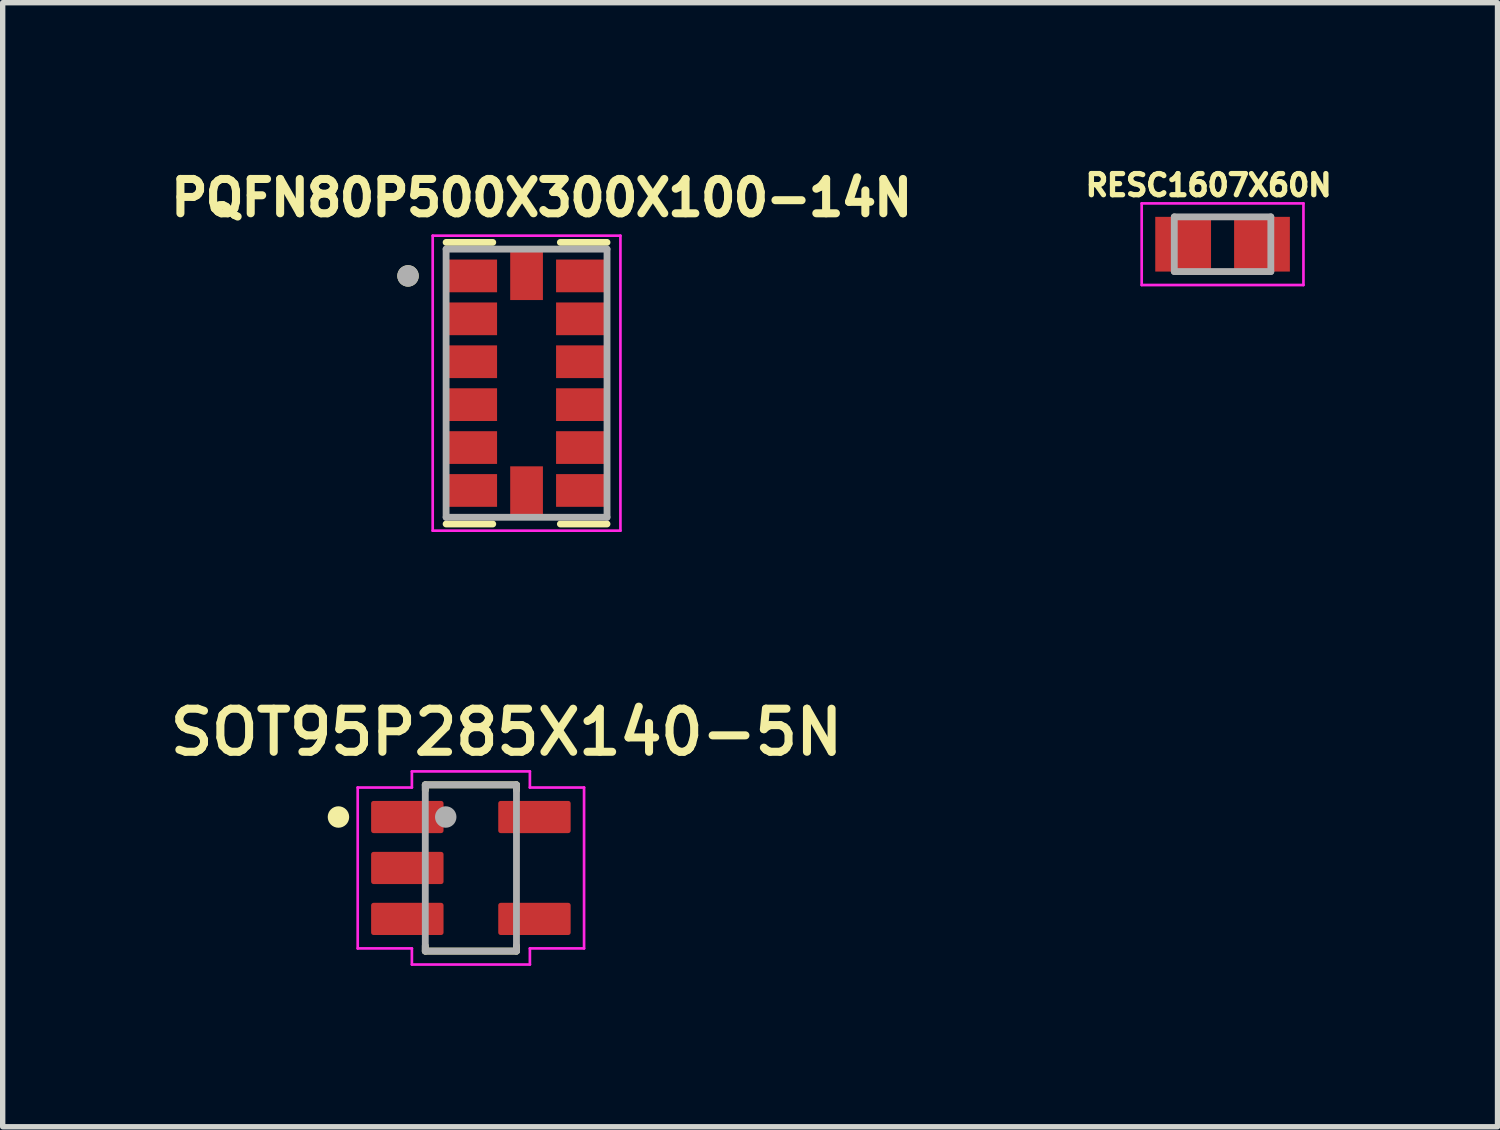
<source format=kicad_pcb>
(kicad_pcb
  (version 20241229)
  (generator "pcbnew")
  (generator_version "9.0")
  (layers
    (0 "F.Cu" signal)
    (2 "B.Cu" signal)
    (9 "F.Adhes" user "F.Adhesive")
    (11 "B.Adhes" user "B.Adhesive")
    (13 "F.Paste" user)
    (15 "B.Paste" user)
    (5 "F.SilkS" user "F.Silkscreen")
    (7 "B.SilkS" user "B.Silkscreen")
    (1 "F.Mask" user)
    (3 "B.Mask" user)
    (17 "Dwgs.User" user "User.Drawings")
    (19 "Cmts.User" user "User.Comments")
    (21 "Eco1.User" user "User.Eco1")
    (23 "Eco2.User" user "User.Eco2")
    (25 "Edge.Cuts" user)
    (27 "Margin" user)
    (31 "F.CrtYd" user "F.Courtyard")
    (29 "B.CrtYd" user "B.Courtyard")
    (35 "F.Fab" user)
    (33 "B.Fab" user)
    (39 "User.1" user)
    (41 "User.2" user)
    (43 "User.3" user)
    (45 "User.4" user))
  (footprint "RESC1607X60N"
    (layer "F.Cu")
    (at 19.743 1.503)
    (property "Reference" "RESC1607X60N" (at -0.26 -1.1 0) (layer "F.SilkS") (effects (font (size 0.394 0.394) (thickness 0.15))))
    (attr smd)
    (fp_line (start -1.508 -0.761) (end 1.508 -0.761) (stroke (width 0.05) (type solid)) (layer "F.CrtYd"))
    (fp_line (start -1.508 0.761) (end -1.508 -0.761) (stroke (width 0.05) (type solid)) (layer "F.CrtYd"))
    (fp_line (start -1.508 0.761) (end 1.508 0.761) (stroke (width 0.05) (type solid)) (layer "F.CrtYd"))
    (fp_line (start 1.508 0.761) (end 1.508 -0.761) (stroke (width 0.05) (type solid)) (layer "F.CrtYd"))
    (fp_line (start -0.9 0.51) (end -0.9 -0.51) (stroke (width 0.127) (type solid)) (layer "F.Fab"))
    (fp_line (start 0.9 -0.51) (end -0.9 -0.51) (stroke (width 0.127) (type solid)) (layer "F.Fab"))
    (fp_line (start 0.9 0.51) (end -0.9 0.51) (stroke (width 0.127) (type solid)) (layer "F.Fab"))
    (fp_line (start 0.9 0.51) (end 0.9 -0.51) (stroke (width 0.127) (type solid)) (layer "F.Fab"))
    (pad "1" smd rect (at -0.735 0) (size 1.04 1.02) (layers "F.Cu" "F.Mask" "F.Paste"))
    (pad "2" smd rect (at 0.735 0) (size 1.04 1.02) (layers "F.Cu" "F.Mask" "F.Paste")))
  (footprint "PQFN80P500X300X100-14N"
    (layer "F.Cu")
    (at 6.767 4.094)
    (property "Reference" "PQFN80P500X300X100-14N" (at 0.282 -3.456 0) (layer "F.SilkS") (effects (font (size 0.64 0.64) (thickness 0.15))))
    (attr smd)
    (fp_poly (pts (xy -1.52 -2.355) (xy -0.5 -2.355) (xy -0.5 -1.645) (xy -1.52 -1.645)) (stroke (width 0.01) (type solid)) (fill yes) (layer "F.Mask"))
    (fp_poly (pts (xy -1.52 -1.555) (xy -0.5 -1.555) (xy -0.5 -0.845) (xy -1.52 -0.845)) (stroke (width 0.01) (type solid)) (fill yes) (layer "F.Mask"))
    (fp_poly (pts (xy -1.52 -0.755) (xy -0.5 -0.755) (xy -0.5 -0.045) (xy -1.52 -0.045)) (stroke (width 0.01) (type solid)) (fill yes) (layer "F.Mask"))
    (fp_poly (pts (xy -1.52 0.045) (xy -0.5 0.045) (xy -0.5 0.755) (xy -1.52 0.755)) (stroke (width 0.01) (type solid)) (fill yes) (layer "F.Mask"))
    (fp_poly (pts (xy -1.52 0.845) (xy -0.5 0.845) (xy -0.5 1.555) (xy -1.52 1.555)) (stroke (width 0.01) (type solid)) (fill yes) (layer "F.Mask"))
    (fp_poly (pts (xy -1.52 1.645) (xy -0.5 1.645) (xy -0.5 2.355) (xy -1.52 2.355)) (stroke (width 0.01) (type solid)) (fill yes) (layer "F.Mask"))
    (fp_poly (pts (xy -0.355 -2.52) (xy 0.355 -2.52) (xy 0.355 -1.5) (xy -0.355 -1.5)) (stroke (width 0.01) (type solid)) (fill yes) (layer "F.Mask"))
    (fp_poly (pts (xy -0.355 1.5) (xy 0.355 1.5) (xy 0.355 2.52) (xy -0.355 2.52)) (stroke (width 0.01) (type solid)) (fill yes) (layer "F.Mask"))
    (fp_poly (pts (xy 0.5 -2.355) (xy 1.52 -2.355) (xy 1.52 -1.645) (xy 0.5 -1.645)) (stroke (width 0.01) (type solid)) (fill yes) (layer "F.Mask"))
    (fp_poly (pts (xy 0.5 -1.555) (xy 1.52 -1.555) (xy 1.52 -0.845) (xy 0.5 -0.845)) (stroke (width 0.01) (type solid)) (fill yes) (layer "F.Mask"))
    (fp_poly (pts (xy 0.5 -0.755) (xy 1.52 -0.755) (xy 1.52 -0.045) (xy 0.5 -0.045)) (stroke (width 0.01) (type solid)) (fill yes) (layer "F.Mask"))
    (fp_poly (pts (xy 0.5 0.045) (xy 1.52 0.045) (xy 1.52 0.755) (xy 0.5 0.755)) (stroke (width 0.01) (type solid)) (fill yes) (layer "F.Mask"))
    (fp_poly (pts (xy 0.5 0.845) (xy 1.52 0.845) (xy 1.52 1.555) (xy 0.5 1.555)) (stroke (width 0.01) (type solid)) (fill yes) (layer "F.Mask"))
    (fp_poly (pts (xy 0.5 1.645) (xy 1.52 1.645) (xy 1.52 2.355) (xy 0.5 2.355)) (stroke (width 0.01) (type solid)) (fill yes) (layer "F.Mask"))
    (fp_line (start -1.5 -2.625) (end -0.63 -2.625) (stroke (width 0.127) (type solid)) (layer "F.SilkS"))
    (fp_line (start -1.5 2.625) (end -0.63 2.625) (stroke (width 0.127) (type solid)) (layer "F.SilkS"))
    (fp_line (start 1.5 -2.625) (end 0.63 -2.625) (stroke (width 0.127) (type solid)) (layer "F.SilkS"))
    (fp_line (start 1.5 2.625) (end 0.63 2.625) (stroke (width 0.127) (type solid)) (layer "F.SilkS"))
    (fp_circle (center -2.21 -2) (end -2.11 -2) (stroke (width 0.2) (type solid)) (fill no) (layer "F.SilkS"))
    (fp_line (start -1.75 -2.75) (end -1.75 2.75) (stroke (width 0.05) (type solid)) (layer "F.CrtYd"))
    (fp_line (start -1.75 2.75) (end 1.75 2.75) (stroke (width 0.05) (type solid)) (layer "F.CrtYd"))
    (fp_line (start 1.75 -2.75) (end -1.75 -2.75) (stroke (width 0.05) (type solid)) (layer "F.CrtYd"))
    (fp_line (start 1.75 2.75) (end 1.75 -2.75) (stroke (width 0.05) (type solid)) (layer "F.CrtYd"))
    (fp_line (start -1.5 -2.5) (end 1.5 -2.5) (stroke (width 0.127) (type solid)) (layer "F.Fab"))
    (fp_line (start -1.5 2.5) (end -1.5 -2.5) (stroke (width 0.127) (type solid)) (layer "F.Fab"))
    (fp_line (start 1.5 -2.5) (end 1.5 2.5) (stroke (width 0.127) (type solid)) (layer "F.Fab"))
    (fp_line (start 1.5 2.5) (end -1.5 2.5) (stroke (width 0.127) (type solid)) (layer "F.Fab"))
    (fp_circle (center -2.21 -2) (end -2.11 -2) (stroke (width 0.2) (type solid)) (fill no) (layer "F.Fab"))
    (pad "1" smd rect (at -1.01 -2) (size 0.92 0.61) (layers "F.Cu" "F.Paste"))
    (pad "2" smd rect (at -1.01 -1.2) (size 0.92 0.61) (layers "F.Cu" "F.Paste"))
    (pad "3" smd rect (at -1.01 -0.4) (size 0.92 0.61) (layers "F.Cu" "F.Paste"))
    (pad "4" smd rect (at -1.01 0.4) (size 0.92 0.61) (layers "F.Cu" "F.Paste"))
    (pad "5" smd rect (at -1.01 1.2) (size 0.92 0.61) (layers "F.Cu" "F.Paste"))
    (pad "6" smd rect (at -1.01 2) (size 0.92 0.61) (layers "F.Cu" "F.Paste"))
    (pad "7" smd rect (at 0 2.01) (size 0.61 0.92) (layers "F.Cu" "F.Paste"))
    (pad "8" smd rect (at 1.01 2) (size 0.92 0.61) (layers "F.Cu" "F.Paste"))
    (pad "9" smd rect (at 1.01 1.2) (size 0.92 0.61) (layers "F.Cu" "F.Paste"))
    (pad "10" smd rect (at 1.01 0.4) (size 0.92 0.61) (layers "F.Cu" "F.Paste"))
    (pad "11" smd rect (at 1.01 -0.4) (size 0.92 0.61) (layers "F.Cu" "F.Paste"))
    (pad "12" smd rect (at 1.01 -1.2) (size 0.92 0.61) (layers "F.Cu" "F.Paste"))
    (pad "13" smd rect (at 1.01 -2) (size 0.92 0.61) (layers "F.Cu" "F.Paste"))
    (pad "14" smd rect (at 0 -2.01) (size 0.61 0.92) (layers "F.Cu" "F.Paste")))
  (footprint "SOT95P285X140-5N"
    (layer "F.Cu")
    (at 5.729 13.132)
    (property "Reference" "SOT95P285X140-5N" (at 0.664 -2.53 0) (layer "F.SilkS") (effects (font (size 0.803 0.803) (thickness 0.15))))
    (attr smd)
    (fp_line (start -0.85 -1.55) (end -0.85 -1.45) (stroke (width 0.127) (type solid)) (layer "F.SilkS"))
    (fp_line (start -0.85 1.55) (end -0.85 1.45) (stroke (width 0.127) (type solid)) (layer "F.SilkS"))
    (fp_line (start 0.85 -1.55) (end -0.85 -1.55) (stroke (width 0.127) (type solid)) (layer "F.SilkS"))
    (fp_line (start 0.85 -1.55) (end 0.85 -1.45) (stroke (width 0.127) (type solid)) (layer "F.SilkS"))
    (fp_line (start 0.85 1.55) (end -0.85 1.55) (stroke (width 0.127) (type solid)) (layer "F.SilkS"))
    (fp_line (start 0.85 1.55) (end 0.85 1.45) (stroke (width 0.127) (type solid)) (layer "F.SilkS"))
    (fp_circle (center -2.469 -0.95) (end -2.369 -0.95) (stroke (width 0.2) (type solid)) (fill no) (layer "F.SilkS"))
    (fp_line (start -2.11 -1.5) (end -2.11 1.5) (stroke (width 0.05) (type solid)) (layer "F.CrtYd"))
    (fp_line (start -2.11 1.5) (end -1.1 1.5) (stroke (width 0.05) (type solid)) (layer "F.CrtYd"))
    (fp_line (start -1.1 -1.8) (end -1.1 -1.5) (stroke (width 0.05) (type solid)) (layer "F.CrtYd"))
    (fp_line (start -1.1 -1.5) (end -2.11 -1.5) (stroke (width 0.05) (type solid)) (layer "F.CrtYd"))
    (fp_line (start -1.1 1.5) (end -1.1 1.8) (stroke (width 0.05) (type solid)) (layer "F.CrtYd"))
    (fp_line (start -1.1 1.8) (end 1.1 1.8) (stroke (width 0.05) (type solid)) (layer "F.CrtYd"))
    (fp_line (start 1.1 -1.8) (end -1.1 -1.8) (stroke (width 0.05) (type solid)) (layer "F.CrtYd"))
    (fp_line (start 1.1 -1.5) (end 1.1 -1.8) (stroke (width 0.05) (type solid)) (layer "F.CrtYd"))
    (fp_line (start 1.1 1.5) (end 2.11 1.5) (stroke (width 0.05) (type solid)) (layer "F.CrtYd"))
    (fp_line (start 1.1 1.8) (end 1.1 1.5) (stroke (width 0.05) (type solid)) (layer "F.CrtYd"))
    (fp_line (start 2.11 -1.5) (end 1.1 -1.5) (stroke (width 0.05) (type solid)) (layer "F.CrtYd"))
    (fp_line (start 2.11 1.5) (end 2.11 -1.5) (stroke (width 0.05) (type solid)) (layer "F.CrtYd"))
    (fp_line (start -0.85 -1.55) (end 0.85 -1.55) (stroke (width 0.127) (type solid)) (layer "F.Fab"))
    (fp_line (start -0.85 1.55) (end -0.85 -1.55) (stroke (width 0.127) (type solid)) (layer "F.Fab"))
    (fp_line (start 0.85 -1.55) (end 0.85 1.55) (stroke (width 0.127) (type solid)) (layer "F.Fab"))
    (fp_line (start 0.85 1.55) (end -0.85 1.55) (stroke (width 0.127) (type solid)) (layer "F.Fab"))
    (fp_circle (center -0.469 -0.95) (end -0.369 -0.95) (stroke (width 0.2) (type solid)) (fill no) (layer "F.Fab"))
    (pad "1" smd roundrect (at -1.185 -0.95) (size 1.35 0.6) (layers "F.Cu" "F.Mask" "F.Paste") (roundrect_rratio 0.075))
    (pad "2" smd roundrect (at -1.185 0) (size 1.35 0.6) (layers "F.Cu" "F.Mask" "F.Paste") (roundrect_rratio 0.075))
    (pad "3" smd roundrect (at -1.185 0.95) (size 1.35 0.6) (layers "F.Cu" "F.Mask" "F.Paste") (roundrect_rratio 0.075))
    (pad "4" smd roundrect (at 1.185 0.95) (size 1.35 0.6) (layers "F.Cu" "F.Mask" "F.Paste") (roundrect_rratio 0.075))
    (pad "5" smd roundrect (at 1.185 -0.95) (size 1.35 0.6) (layers "F.Cu" "F.Mask" "F.Paste") (roundrect_rratio 0.075)))
  (gr_rect
    (start -3 -3)
    (end 24.869 17.957)
    (stroke (width 0.1) (type default))
    (fill no)
    (layer "Edge.Cuts")))
</source>
